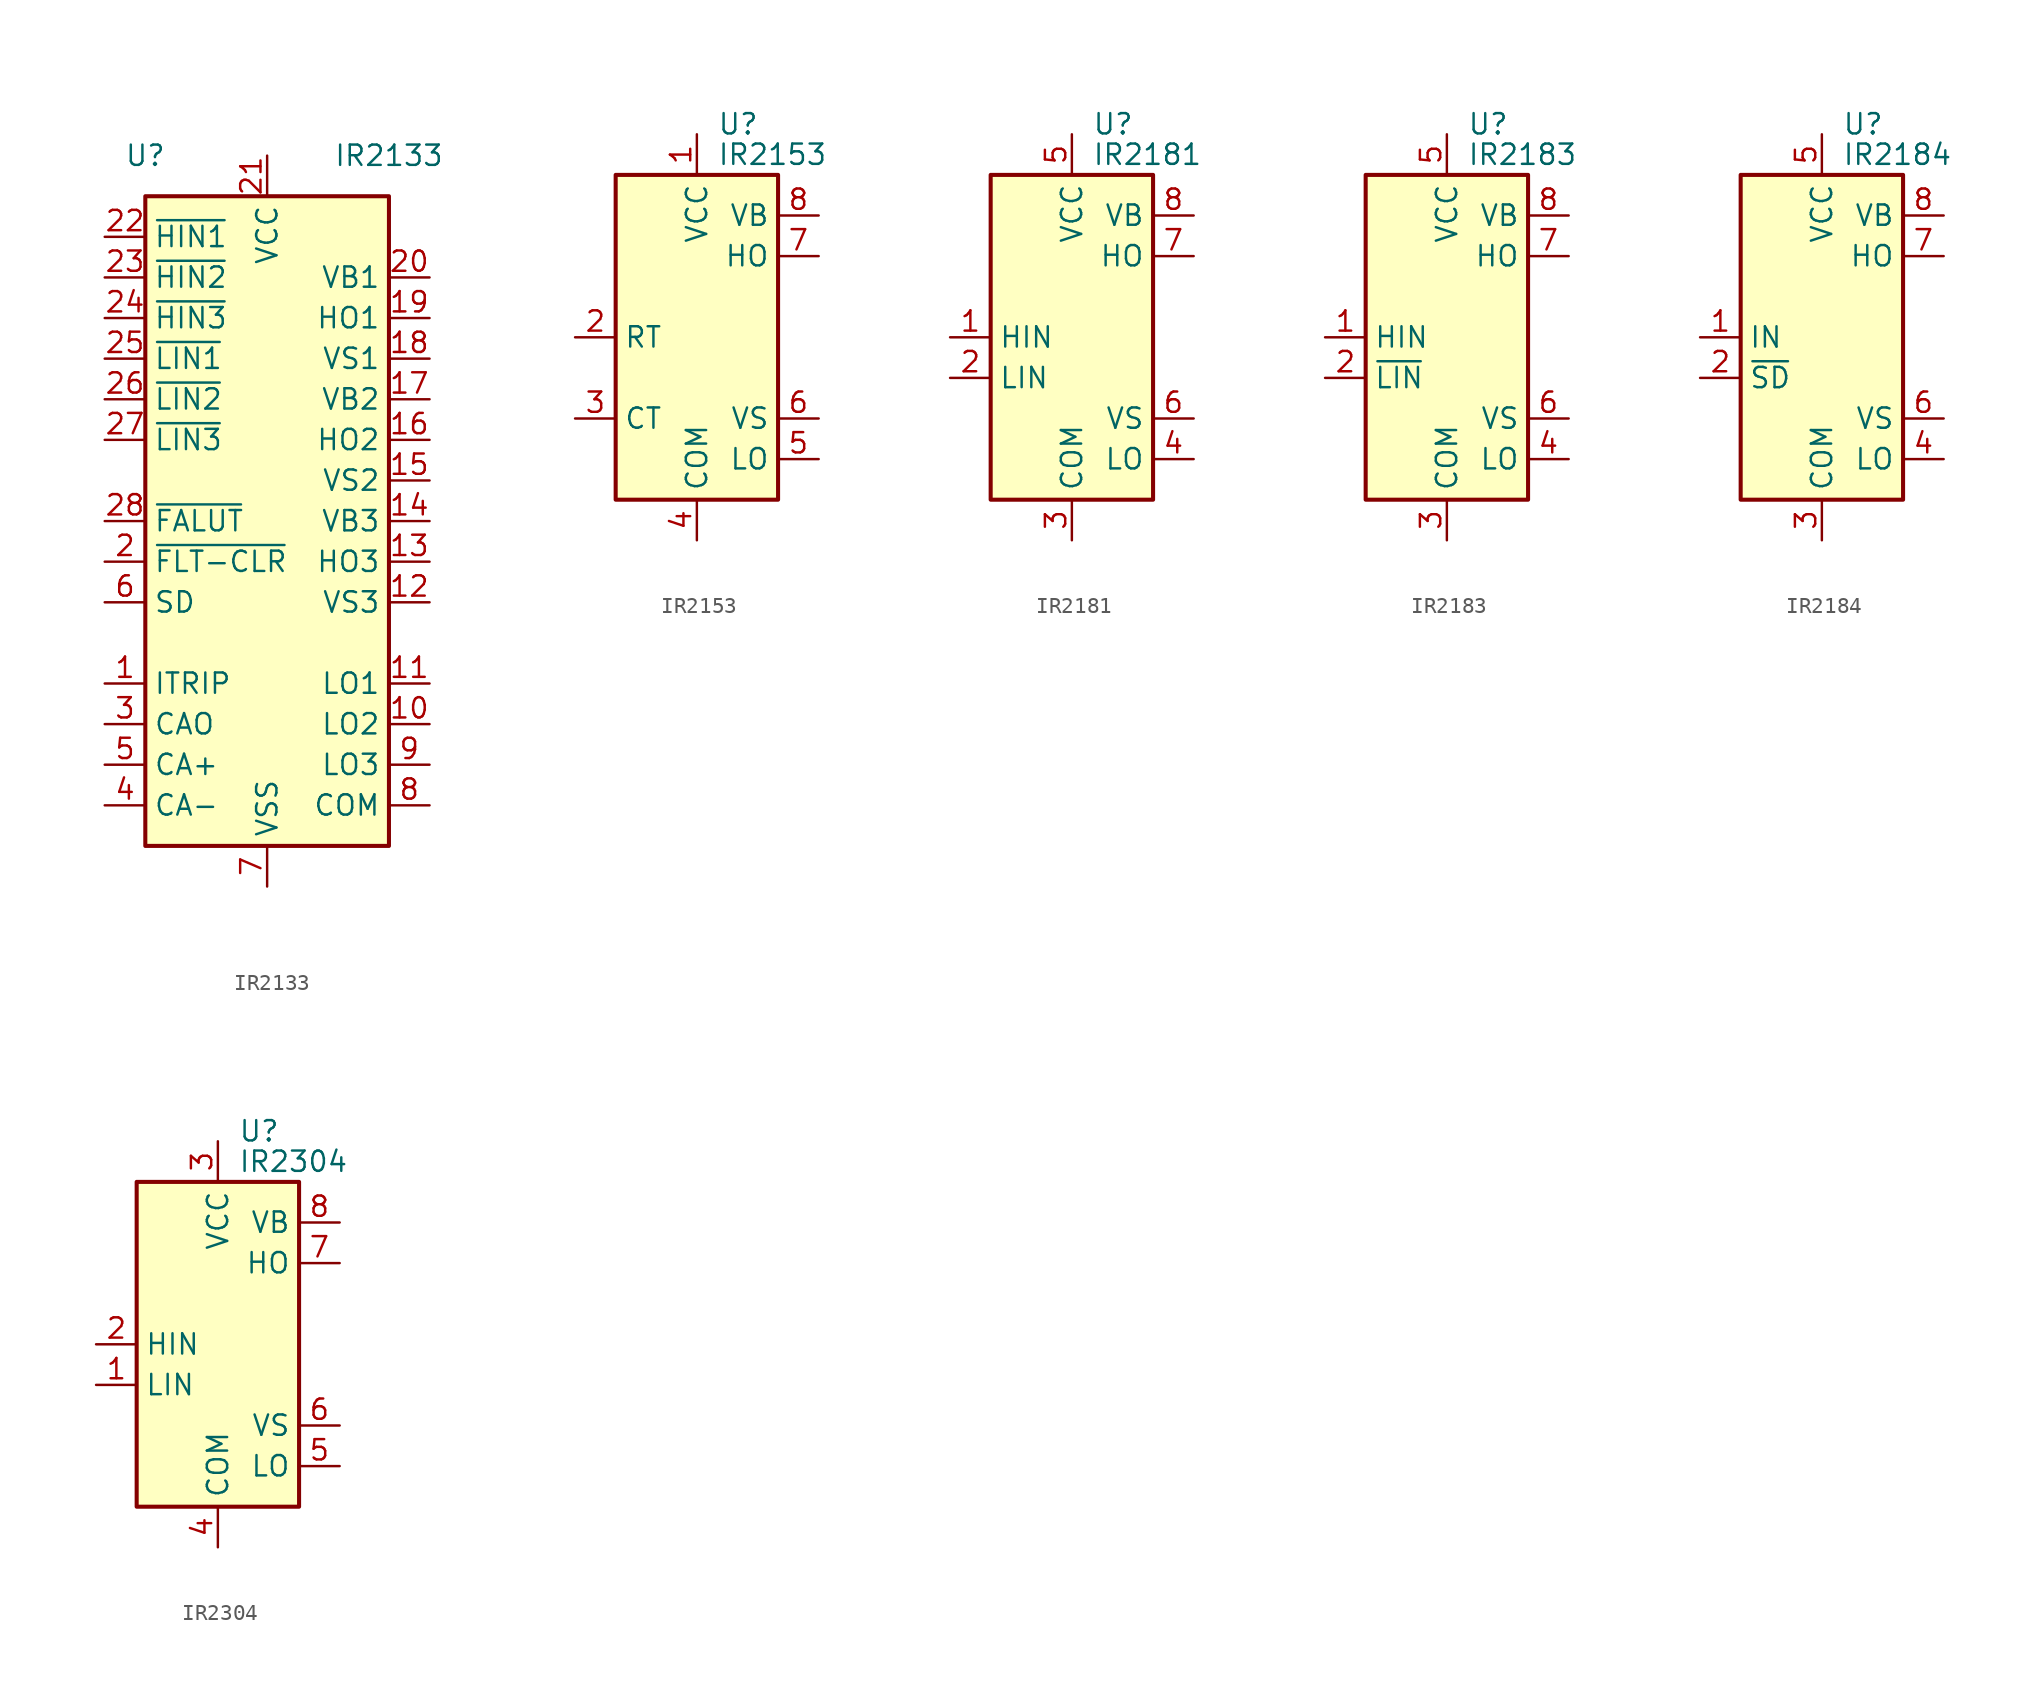
<source format=kicad_sym>
(kicad_symbol_lib
  (version 20201005)
  (generator kicad_symbol_editor)
  (symbol "Driver_FET:IR2133"
    (property "Reference" "U"
      (at -7.62 22.86 0)
      (effects (font (size 1.27 1.27))))
    (property "Value" "IR2133"
      (at 7.62 22.86 0)
      (effects (font (size 1.27 1.27))))
    (symbol "IR2133_0_1"
      (rectangle (start -7.62 -20.32) (end 7.62 20.32) (stroke (width 0.254)) (fill (type background))))
    (symbol "IR2133_1_1"
      (pin input line (at -10.16 -10.16 0) (length 2.54) (name "ITRIP" (effects (font (size 1.27 1.27)))) (number "1" (effects (font (size 1.27 1.27)))))
      (pin output line (at 10.16 -12.7 180) (length 2.54) (name "LO2" (effects (font (size 1.27 1.27)))) (number "10" (effects (font (size 1.27 1.27)))))
      (pin output line (at 10.16 -10.16 180) (length 2.54) (name "LO1" (effects (font (size 1.27 1.27)))) (number "11" (effects (font (size 1.27 1.27)))))
      (pin passive line (at 10.16 -5.08 180) (length 2.54) (name "VS3" (effects (font (size 1.27 1.27)))) (number "12" (effects (font (size 1.27 1.27)))))
      (pin output line (at 10.16 -2.54 180) (length 2.54) (name "HO3" (effects (font (size 1.27 1.27)))) (number "13" (effects (font (size 1.27 1.27)))))
      (pin passive line (at 10.16 0 180) (length 2.54) (name "VB3" (effects (font (size 1.27 1.27)))) (number "14" (effects (font (size 1.27 1.27)))))
      (pin passive line (at 10.16 2.54 180) (length 2.54) (name "VS2" (effects (font (size 1.27 1.27)))) (number "15" (effects (font (size 1.27 1.27)))))
      (pin output line (at 10.16 5.08 180) (length 2.54) (name "HO2" (effects (font (size 1.27 1.27)))) (number "16" (effects (font (size 1.27 1.27)))))
      (pin passive line (at 10.16 7.62 180) (length 2.54) (name "VB2" (effects (font (size 1.27 1.27)))) (number "17" (effects (font (size 1.27 1.27)))))
      (pin passive line (at 10.16 10.16 180) (length 2.54) (name "VS1" (effects (font (size 1.27 1.27)))) (number "18" (effects (font (size 1.27 1.27)))))
      (pin output line (at 10.16 12.7 180) (length 2.54) (name "HO1" (effects (font (size 1.27 1.27)))) (number "19" (effects (font (size 1.27 1.27)))))
      (pin input line (at -10.16 -2.54 0) (length 2.54) (name "~FLT-CLR" (effects (font (size 1.27 1.27)))) (number "2" (effects (font (size 1.27 1.27)))))
      (pin passive line (at 10.16 15.24 180) (length 2.54) (name "VB1" (effects (font (size 1.27 1.27)))) (number "20" (effects (font (size 1.27 1.27)))))
      (pin power_in line (at 0 22.86 270) (length 2.54) (name "VCC" (effects (font (size 1.27 1.27)))) (number "21" (effects (font (size 1.27 1.27)))))
      (pin input line (at -10.16 17.78 0) (length 2.54) (name "~HIN1" (effects (font (size 1.27 1.27)))) (number "22" (effects (font (size 1.27 1.27)))))
      (pin input line (at -10.16 15.24 0) (length 2.54) (name "~HIN2" (effects (font (size 1.27 1.27)))) (number "23" (effects (font (size 1.27 1.27)))))
      (pin input line (at -10.16 12.7 0) (length 2.54) (name "~HIN3" (effects (font (size 1.27 1.27)))) (number "24" (effects (font (size 1.27 1.27)))))
      (pin input line (at -10.16 10.16 0) (length 2.54) (name "~LIN1" (effects (font (size 1.27 1.27)))) (number "25" (effects (font (size 1.27 1.27)))))
      (pin input line (at -10.16 7.62 0) (length 2.54) (name "~LIN2" (effects (font (size 1.27 1.27)))) (number "26" (effects (font (size 1.27 1.27)))))
      (pin input line (at -10.16 5.08 0) (length 2.54) (name "~LIN3" (effects (font (size 1.27 1.27)))) (number "27" (effects (font (size 1.27 1.27)))))
      (pin output line (at -10.16 0 0) (length 2.54) (name "~FALUT" (effects (font (size 1.27 1.27)))) (number "28" (effects (font (size 1.27 1.27)))))
      (pin output line (at -10.16 -12.7 0) (length 2.54) (name "CAO" (effects (font (size 1.27 1.27)))) (number "3" (effects (font (size 1.27 1.27)))))
      (pin input line (at -10.16 -17.78 0) (length 2.54) (name "CA-" (effects (font (size 1.27 1.27)))) (number "4" (effects (font (size 1.27 1.27)))))
      (pin input line (at -10.16 -15.24 0) (length 2.54) (name "CA+" (effects (font (size 1.27 1.27)))) (number "5" (effects (font (size 1.27 1.27)))))
      (pin input line (at -10.16 -5.08 0) (length 2.54) (name "SD" (effects (font (size 1.27 1.27)))) (number "6" (effects (font (size 1.27 1.27)))))
      (pin power_in line (at 0 -22.86 90) (length 2.54) (name "VSS" (effects (font (size 1.27 1.27)))) (number "7" (effects (font (size 1.27 1.27)))))
      (pin passive line (at 10.16 -17.78 180) (length 2.54) (name "COM" (effects (font (size 1.27 1.27)))) (number "8" (effects (font (size 1.27 1.27)))))
      (pin output line (at 10.16 -15.24 180) (length 2.54) (name "LO3" (effects (font (size 1.27 1.27)))) (number "9" (effects (font (size 1.27 1.27)))))))
  (symbol "Driver_FET:IR2153"
    (property "Reference" "U"
      (at 1.27 13.335 0)
      (effects (font (size 1.27 1.27)) (justify left)))
    (property "Value" "IR2153"
      (at 1.27 11.43 0)
      (effects (font (size 1.27 1.27)) (justify left)))
    (symbol "IR2153_0_1"
      (rectangle (start -5.08 -10.16) (end 5.08 10.16) (stroke (width 0.254)) (fill (type background))))
    (symbol "IR2153_1_1"
      (pin power_in line (at 0 12.7 270) (length 2.54) (name "VCC" (effects (font (size 1.27 1.27)))) (number "1" (effects (font (size 1.27 1.27)))))
      (pin passive line (at -7.62 0 0) (length 2.54) (name "RT" (effects (font (size 1.27 1.27)))) (number "2" (effects (font (size 1.27 1.27)))))
      (pin passive line (at -7.62 -5.08 0) (length 2.54) (name "CT" (effects (font (size 1.27 1.27)))) (number "3" (effects (font (size 1.27 1.27)))))
      (pin power_in line (at 0 -12.7 90) (length 2.54) (name "COM" (effects (font (size 1.27 1.27)))) (number "4" (effects (font (size 1.27 1.27)))))
      (pin output line (at 7.62 -7.62 180) (length 2.54) (name "LO" (effects (font (size 1.27 1.27)))) (number "5" (effects (font (size 1.27 1.27)))))
      (pin passive line (at 7.62 -5.08 180) (length 2.54) (name "VS" (effects (font (size 1.27 1.27)))) (number "6" (effects (font (size 1.27 1.27)))))
      (pin output line (at 7.62 5.08 180) (length 2.54) (name "HO" (effects (font (size 1.27 1.27)))) (number "7" (effects (font (size 1.27 1.27)))))
      (pin passive line (at 7.62 7.62 180) (length 2.54) (name "VB" (effects (font (size 1.27 1.27)))) (number "8" (effects (font (size 1.27 1.27)))))))
  (symbol "Driver_FET:IR2181"
    (property "Reference" "U"
      (at 1.27 13.335 0)
      (effects (font (size 1.27 1.27)) (justify left)))
    (property "Value" "IR2181"
      (at 1.27 11.43 0)
      (effects (font (size 1.27 1.27)) (justify left)))
    (symbol "IR2181_0_1"
      (rectangle (start -5.08 -10.16) (end 5.08 10.16) (stroke (width 0.254)) (fill (type background))))
    (symbol "IR2181_1_1"
      (pin input line (at -7.62 0 0) (length 2.54) (name "HIN" (effects (font (size 1.27 1.27)))) (number "1" (effects (font (size 1.27 1.27)))))
      (pin input line (at -7.62 -2.54 0) (length 2.54) (name "LIN" (effects (font (size 1.27 1.27)))) (number "2" (effects (font (size 1.27 1.27)))))
      (pin power_in line (at 0 -12.7 90) (length 2.54) (name "COM" (effects (font (size 1.27 1.27)))) (number "3" (effects (font (size 1.27 1.27)))))
      (pin output line (at 7.62 -7.62 180) (length 2.54) (name "LO" (effects (font (size 1.27 1.27)))) (number "4" (effects (font (size 1.27 1.27)))))
      (pin power_in line (at 0 12.7 270) (length 2.54) (name "VCC" (effects (font (size 1.27 1.27)))) (number "5" (effects (font (size 1.27 1.27)))))
      (pin passive line (at 7.62 -5.08 180) (length 2.54) (name "VS" (effects (font (size 1.27 1.27)))) (number "6" (effects (font (size 1.27 1.27)))))
      (pin output line (at 7.62 5.08 180) (length 2.54) (name "HO" (effects (font (size 1.27 1.27)))) (number "7" (effects (font (size 1.27 1.27)))))
      (pin passive line (at 7.62 7.62 180) (length 2.54) (name "VB" (effects (font (size 1.27 1.27)))) (number "8" (effects (font (size 1.27 1.27)))))))
  (symbol "Driver_FET:IR2183"
    (property "Reference" "U"
      (at 1.27 13.335 0)
      (effects (font (size 1.27 1.27)) (justify left)))
    (property "Value" "IR2183"
      (at 1.27 11.43 0)
      (effects (font (size 1.27 1.27)) (justify left)))
    (symbol "IR2183_0_1"
      (rectangle (start -5.08 -10.16) (end 5.08 10.16) (stroke (width 0.254)) (fill (type background))))
    (symbol "IR2183_1_1"
      (pin input line (at -7.62 0 0) (length 2.54) (name "HIN" (effects (font (size 1.27 1.27)))) (number "1" (effects (font (size 1.27 1.27)))))
      (pin input line (at -7.62 -2.54 0) (length 2.54) (name "~LIN" (effects (font (size 1.27 1.27)))) (number "2" (effects (font (size 1.27 1.27)))))
      (pin power_in line (at 0 -12.7 90) (length 2.54) (name "COM" (effects (font (size 1.27 1.27)))) (number "3" (effects (font (size 1.27 1.27)))))
      (pin output line (at 7.62 -7.62 180) (length 2.54) (name "LO" (effects (font (size 1.27 1.27)))) (number "4" (effects (font (size 1.27 1.27)))))
      (pin power_in line (at 0 12.7 270) (length 2.54) (name "VCC" (effects (font (size 1.27 1.27)))) (number "5" (effects (font (size 1.27 1.27)))))
      (pin passive line (at 7.62 -5.08 180) (length 2.54) (name "VS" (effects (font (size 1.27 1.27)))) (number "6" (effects (font (size 1.27 1.27)))))
      (pin output line (at 7.62 5.08 180) (length 2.54) (name "HO" (effects (font (size 1.27 1.27)))) (number "7" (effects (font (size 1.27 1.27)))))
      (pin passive line (at 7.62 7.62 180) (length 2.54) (name "VB" (effects (font (size 1.27 1.27)))) (number "8" (effects (font (size 1.27 1.27)))))))
  (symbol "Driver_FET:IR2184"
    (property "Reference" "U"
      (at 1.27 13.335 0)
      (effects (font (size 1.27 1.27)) (justify left)))
    (property "Value" "IR2184"
      (at 1.27 11.43 0)
      (effects (font (size 1.27 1.27)) (justify left)))
    (symbol "IR2184_0_1"
      (rectangle (start -5.08 -10.16) (end 5.08 10.16) (stroke (width 0.254)) (fill (type background))))
    (symbol "IR2184_1_1"
      (pin input line (at -7.62 0 0) (length 2.54) (name "IN" (effects (font (size 1.27 1.27)))) (number "1" (effects (font (size 1.27 1.27)))))
      (pin input line (at -7.62 -2.54 0) (length 2.54) (name "~SD" (effects (font (size 1.27 1.27)))) (number "2" (effects (font (size 1.27 1.27)))))
      (pin power_in line (at 0 -12.7 90) (length 2.54) (name "COM" (effects (font (size 1.27 1.27)))) (number "3" (effects (font (size 1.27 1.27)))))
      (pin output line (at 7.62 -7.62 180) (length 2.54) (name "LO" (effects (font (size 1.27 1.27)))) (number "4" (effects (font (size 1.27 1.27)))))
      (pin power_in line (at 0 12.7 270) (length 2.54) (name "VCC" (effects (font (size 1.27 1.27)))) (number "5" (effects (font (size 1.27 1.27)))))
      (pin passive line (at 7.62 -5.08 180) (length 2.54) (name "VS" (effects (font (size 1.27 1.27)))) (number "6" (effects (font (size 1.27 1.27)))))
      (pin output line (at 7.62 5.08 180) (length 2.54) (name "HO" (effects (font (size 1.27 1.27)))) (number "7" (effects (font (size 1.27 1.27)))))
      (pin passive line (at 7.62 7.62 180) (length 2.54) (name "VB" (effects (font (size 1.27 1.27)))) (number "8" (effects (font (size 1.27 1.27)))))))
  (symbol "Driver_FET:IR2304"
    (property "Reference" "U"
      (at 1.27 13.335 0)
      (effects (font (size 1.27 1.27)) (justify left)))
    (property "Value" "IR2304"
      (at 1.27 11.43 0)
      (effects (font (size 1.27 1.27)) (justify left)))
    (symbol "IR2304_0_1"
      (rectangle (start -5.08 -10.16) (end 5.08 10.16) (stroke (width 0.254)) (fill (type background))))
    (symbol "IR2304_1_1"
      (pin input line (at -7.62 -2.54 0) (length 2.54) (name "LIN" (effects (font (size 1.27 1.27)))) (number "1" (effects (font (size 1.27 1.27)))))
      (pin input line (at -7.62 0 0) (length 2.54) (name "HIN" (effects (font (size 1.27 1.27)))) (number "2" (effects (font (size 1.27 1.27)))))
      (pin power_in line (at 0 12.7 270) (length 2.54) (name "VCC" (effects (font (size 1.27 1.27)))) (number "3" (effects (font (size 1.27 1.27)))))
      (pin power_in line (at 0 -12.7 90) (length 2.54) (name "COM" (effects (font (size 1.27 1.27)))) (number "4" (effects (font (size 1.27 1.27)))))
      (pin output line (at 7.62 -7.62 180) (length 2.54) (name "LO" (effects (font (size 1.27 1.27)))) (number "5" (effects (font (size 1.27 1.27)))))
      (pin passive line (at 7.62 -5.08 180) (length 2.54) (name "VS" (effects (font (size 1.27 1.27)))) (number "6" (effects (font (size 1.27 1.27)))))
      (pin output line (at 7.62 5.08 180) (length 2.54) (name "HO" (effects (font (size 1.27 1.27)))) (number "7" (effects (font (size 1.27 1.27)))))
      (pin passive line (at 7.62 7.62 180) (length 2.54) (name "VB" (effects (font (size 1.27 1.27)))) (number "8" (effects (font (size 1.27 1.27))))))))
</source>
